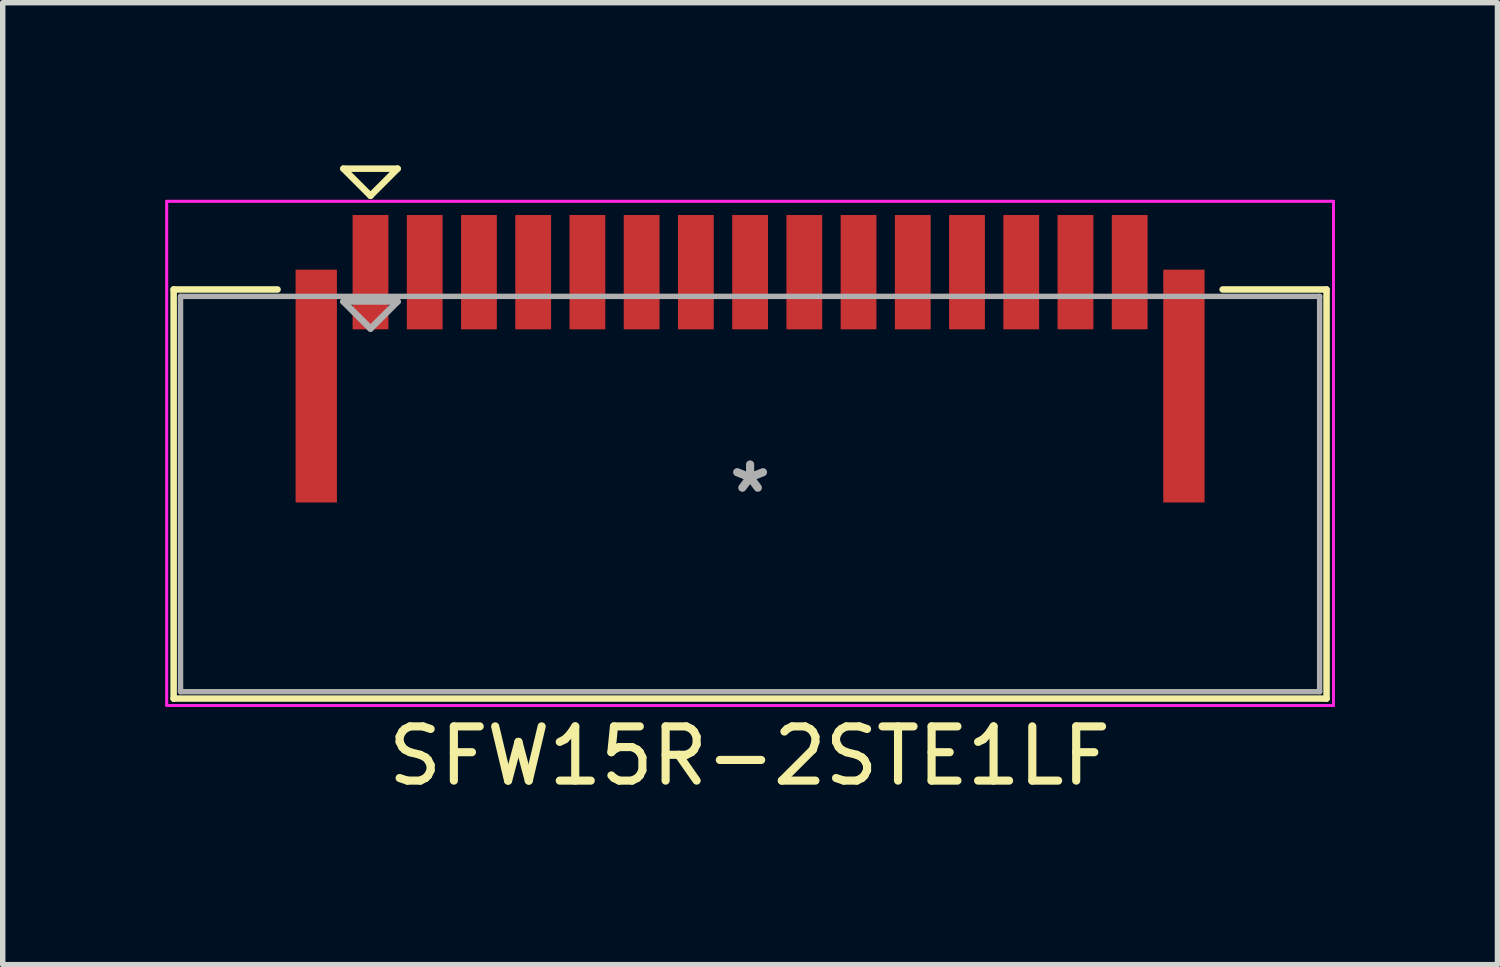
<source format=kicad_pcb>
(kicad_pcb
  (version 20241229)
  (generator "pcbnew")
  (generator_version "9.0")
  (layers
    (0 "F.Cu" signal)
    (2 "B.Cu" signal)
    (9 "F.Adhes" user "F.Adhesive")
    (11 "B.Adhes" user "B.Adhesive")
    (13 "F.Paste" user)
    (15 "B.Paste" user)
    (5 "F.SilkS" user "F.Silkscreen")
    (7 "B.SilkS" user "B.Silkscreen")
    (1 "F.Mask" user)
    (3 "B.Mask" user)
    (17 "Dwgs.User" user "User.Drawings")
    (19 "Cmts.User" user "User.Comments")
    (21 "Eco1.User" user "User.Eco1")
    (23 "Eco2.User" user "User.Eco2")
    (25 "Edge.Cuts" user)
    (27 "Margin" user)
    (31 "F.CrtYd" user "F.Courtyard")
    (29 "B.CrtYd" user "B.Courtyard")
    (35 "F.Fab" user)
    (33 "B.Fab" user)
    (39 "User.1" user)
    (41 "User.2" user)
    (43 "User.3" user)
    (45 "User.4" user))
  (footprint "SFW15R-2STE1LF"
    (layer "F.Cu")
    (at 10.782 6.06)
    (property "Reference" "SFW15R-2STE1LF" (at -0.01 4.83 0) (layer "F.SilkS") (effects (font (size 1 1) (thickness 0.15))))
    (attr through_hole)
    (fp_line (start -10.63 -3.772) (end -10.63 3.772) (stroke (width 0.12) (type solid)) (layer "F.SilkS"))
    (fp_line (start -10.63 3.772) (end 10.63 3.772) (stroke (width 0.12) (type solid)) (layer "F.SilkS"))
    (fp_line (start -8.714 -3.772) (end -10.63 -3.772) (stroke (width 0.12) (type solid)) (layer "F.SilkS"))
    (fp_line (start -7 -5.5) (end -7.5 -6) (stroke (width 0.12) (type solid)) (layer "F.SilkS"))
    (fp_line (start -7 -5.5) (end -6.5 -6) (stroke (width 0.12) (type solid)) (layer "F.SilkS"))
    (fp_line (start -6.5 -6) (end -7.5 -6) (stroke (width 0.12) (type solid)) (layer "F.SilkS"))
    (fp_line (start 10.63 -3.772) (end 8.714 -3.772) (stroke (width 0.12) (type solid)) (layer "F.SilkS"))
    (fp_line (start 10.63 3.772) (end 10.63 -3.772) (stroke (width 0.12) (type solid)) (layer "F.SilkS"))
    (fp_line (start -10.757 -5.399) (end -10.757 3.899) (stroke (width 0.05) (type solid)) (layer "F.CrtYd"))
    (fp_line (start -10.757 -5.399) (end -10.757 3.899) (stroke (width 0.05) (type solid)) (layer "F.CrtYd"))
    (fp_line (start -10.757 3.899) (end 10.757 3.899) (stroke (width 0.05) (type solid)) (layer "F.CrtYd"))
    (fp_line (start -10.757 3.899) (end 10.757 3.899) (stroke (width 0.05) (type solid)) (layer "F.CrtYd"))
    (fp_line (start 10.757 -5.399) (end -10.757 -5.399) (stroke (width 0.05) (type solid)) (layer "F.CrtYd"))
    (fp_line (start 10.757 -5.399) (end -10.757 -5.399) (stroke (width 0.05) (type solid)) (layer "F.CrtYd"))
    (fp_line (start 10.757 3.899) (end 10.757 -5.399) (stroke (width 0.05) (type solid)) (layer "F.CrtYd"))
    (fp_line (start 10.757 3.899) (end 10.757 -5.399) (stroke (width 0.05) (type solid)) (layer "F.CrtYd"))
    (fp_line (start -10.503 -3.645) (end -10.503 3.645) (stroke (width 0.1) (type solid)) (layer "F.Fab"))
    (fp_line (start -10.503 3.645) (end 10.503 3.645) (stroke (width 0.1) (type solid)) (layer "F.Fab"))
    (fp_line (start -7 -3.05) (end -7.5 -3.55) (stroke (width 0.12) (type solid)) (layer "F.Fab"))
    (fp_line (start -7 -3.05) (end -6.5 -3.55) (stroke (width 0.12) (type solid)) (layer "F.Fab"))
    (fp_line (start -6.5 -3.55) (end -7.5 -3.55) (stroke (width 0.12) (type solid)) (layer "F.Fab"))
    (fp_line (start 10.503 -3.645) (end -10.503 -3.645) (stroke (width 0.1) (type solid)) (layer "F.Fab"))
    (fp_line (start 10.503 3.645) (end 10.503 -3.645) (stroke (width 0.1) (type solid)) (layer "F.Fab"))
    (fp_text user "*" (at 0 0 0) (layer "F.Fab") (effects (font (size 1 1) (thickness 0.15))))
    (pad "1" smd rect (at -7 -4.091) (size 0.66 2.108) (layers "F.Cu" "F.Mask" "F.Paste"))
    (pad "2" smd rect (at -6 -4.091) (size 0.66 2.108) (layers "F.Cu" "F.Mask" "F.Paste"))
    (pad "3" smd rect (at -5 -4.091) (size 0.66 2.108) (layers "F.Cu" "F.Mask" "F.Paste"))
    (pad "4" smd rect (at -4 -4.091) (size 0.66 2.108) (layers "F.Cu" "F.Mask" "F.Paste"))
    (pad "5" smd rect (at -3 -4.091) (size 0.66 2.108) (layers "F.Cu" "F.Mask" "F.Paste"))
    (pad "6" smd rect (at -2 -4.091) (size 0.66 2.108) (layers "F.Cu" "F.Mask" "F.Paste"))
    (pad "7" smd rect (at -1 -4.091) (size 0.66 2.108) (layers "F.Cu" "F.Mask" "F.Paste"))
    (pad "8" smd rect (at 0 -4.091) (size 0.66 2.108) (layers "F.Cu" "F.Mask" "F.Paste"))
    (pad "9" smd rect (at 1 -4.091) (size 0.66 2.108) (layers "F.Cu" "F.Mask" "F.Paste"))
    (pad "10" smd rect (at 2 -4.091) (size 0.66 2.108) (layers "F.Cu" "F.Mask" "F.Paste"))
    (pad "11" smd rect (at 3 -4.091) (size 0.66 2.108) (layers "F.Cu" "F.Mask" "F.Paste"))
    (pad "12" smd rect (at 4 -4.091) (size 0.66 2.108) (layers "F.Cu" "F.Mask" "F.Paste"))
    (pad "13" smd rect (at 5 -4.091) (size 0.66 2.108) (layers "F.Cu" "F.Mask" "F.Paste"))
    (pad "14" smd rect (at 6 -4.091) (size 0.66 2.108) (layers "F.Cu" "F.Mask" "F.Paste"))
    (pad "15" smd rect (at 7 -4.091) (size 0.66 2.108) (layers "F.Cu" "F.Mask" "F.Paste"))
    (pad "16" smd rect (at -8 -1.991) (size 0.762 4.293) (layers "F.Cu" "F.Mask" "F.Paste"))
    (pad "17" smd rect (at 8 -1.991) (size 0.762 4.293) (layers "F.Cu" "F.Mask" "F.Paste")))
  (gr_rect
    (start -3 -3)
    (end 24.564 14.738)
    (stroke (width 0.1) (type default))
    (fill no)
    (layer "Edge.Cuts")))
</source>
